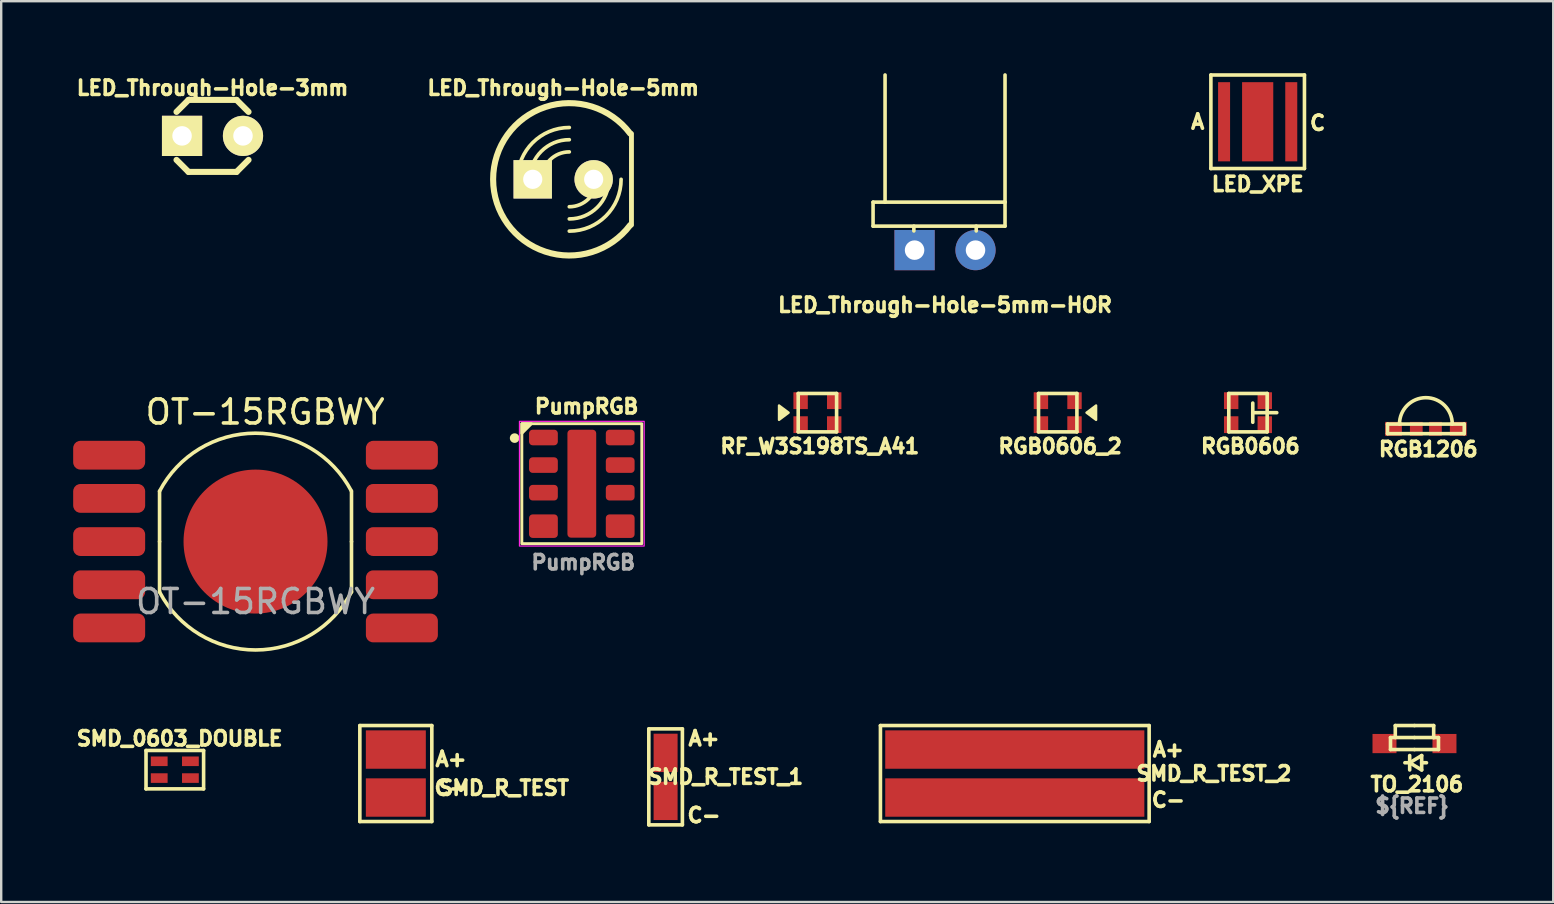
<source format=kicad_pcb>
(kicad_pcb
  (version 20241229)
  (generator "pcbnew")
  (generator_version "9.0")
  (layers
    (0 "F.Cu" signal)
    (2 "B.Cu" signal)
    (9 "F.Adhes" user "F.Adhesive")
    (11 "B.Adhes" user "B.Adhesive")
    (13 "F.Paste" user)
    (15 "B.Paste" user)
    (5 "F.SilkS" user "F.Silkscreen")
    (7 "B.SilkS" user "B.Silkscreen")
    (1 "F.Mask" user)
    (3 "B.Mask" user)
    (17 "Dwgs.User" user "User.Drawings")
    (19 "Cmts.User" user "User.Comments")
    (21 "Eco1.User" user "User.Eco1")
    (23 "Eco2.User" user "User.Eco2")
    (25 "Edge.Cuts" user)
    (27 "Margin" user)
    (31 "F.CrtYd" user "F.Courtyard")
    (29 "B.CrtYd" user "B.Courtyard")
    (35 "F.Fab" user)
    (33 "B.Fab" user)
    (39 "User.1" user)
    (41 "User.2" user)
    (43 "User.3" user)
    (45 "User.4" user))
  (footprint "SMD_0603_DOUBLE"
    (layer "F.Cu")
    (at 4.236 29.03)
    (property "Reference" "SMD_0603_DOUBLE" (at 0.2 -1.3 0) (layer "F.SilkS") (effects (font (size 0.6 0.6) (thickness 0.15))))
    (attr through_hole)
    (fp_line (start -1.2 -0.8) (end 1.2 -0.8) (stroke (width 0.15) (type solid)) (layer "F.SilkS"))
    (fp_line (start -1.2 0.8) (end -1.2 -0.8) (stroke (width 0.15) (type solid)) (layer "F.SilkS"))
    (fp_line (start 1.2 -0.8) (end 1.2 0.8) (stroke (width 0.15) (type solid)) (layer "F.SilkS"))
    (fp_line (start 1.2 0.8) (end -1.2 0.8) (stroke (width 0.15) (type solid)) (layer "F.SilkS"))
    (pad "1" smd rect (at -0.65 -0.35 180) (size 0.7 0.4) (layers "F.Cu" "F.Mask" "F.Paste"))
    (pad "2" smd rect (at -0.65 0.35 180) (size 0.7 0.4) (layers "F.Cu" "F.Mask" "F.Paste"))
    (pad "3" smd rect (at 0.65 -0.35 180) (size 0.7 0.4) (layers "F.Cu" "F.Mask" "F.Paste"))
    (pad "4" smd rect (at 0.65 0.35 180) (size 0.7 0.4) (layers "F.Cu" "F.Mask" "F.Paste")))
  (footprint "RF_W3S198TS_A41"
    (layer "F.Cu")
    (at 31.019 14.15)
    (property "Reference" "RF_W3S198TS_A41" (at 0.1 1.4 180) (layer "F.SilkS") (effects (font (size 0.6 0.6) (thickness 0.15))))
    (attr smd)
    (fp_line (start -0.8 -0.8) (end 0.8 -0.8) (stroke (width 0.15) (type solid)) (layer "F.SilkS"))
    (fp_line (start -0.8 0.8) (end -0.8 -0.8) (stroke (width 0.15) (type solid)) (layer "F.SilkS"))
    (fp_line (start 0.8 -0.8) (end 0.8 0.8) (stroke (width 0.15) (type solid)) (layer "F.SilkS"))
    (fp_line (start 0.8 0.8) (end -0.8 0.8) (stroke (width 0.15) (type solid)) (layer "F.SilkS"))
    (fp_poly (pts (xy -1.2 0) (xy -1.6 0.3) (xy -1.6 -0.3)) (stroke (width 0.1) (type solid)) (fill yes) (layer "F.SilkS"))
    (pad "B" smd rect (at -0.7 0.5) (size 0.6 0.7) (layers "F.Cu" "F.Mask" "F.Paste"))
    (pad "COM" smd rect (at 0.7 0.5) (size 0.6 0.7) (layers "F.Cu" "F.Mask" "F.Paste"))
    (pad "G" smd rect (at -0.7 -0.5) (size 0.6 0.7) (layers "F.Cu" "F.Mask" "F.Paste"))
    (pad "R" smd rect (at 0.7 -0.5) (size 0.6 0.7) (layers "F.Cu" "F.Mask" "F.Paste")))
  (footprint "SMD_R_TEST_1"
    (layer "F.Cu")
    (at 24.692 29.33)
    (property "Reference" "SMD_R_TEST_1" (at 2.5 0 0) (layer "F.SilkS") (effects (font (size 0.6 0.6) (thickness 0.15))))
    (attr through_hole)
    (fp_line (start -0.7 -2) (end 0.7 -2) (stroke (width 0.15) (type solid)) (layer "F.SilkS"))
    (fp_line (start -0.7 2) (end -0.7 -2) (stroke (width 0.15) (type solid)) (layer "F.SilkS"))
    (fp_line (start 0.7 -2) (end 0.7 2) (stroke (width 0.15) (type solid)) (layer "F.SilkS"))
    (fp_line (start 0.7 2) (end -0.7 2) (stroke (width 0.15) (type solid)) (layer "F.SilkS"))
    (fp_text user "C-" (at 1.6 1.6 0) (layer "F.SilkS") (effects (font (size 0.6 0.6) (thickness 0.15))))
    (fp_text user "A+" (at 1.6 -1.6 0) (layer "F.SilkS") (effects (font (size 0.6 0.6) (thickness 0.15))))
    (pad "A" smd rect (at 0 -1) (size 1 1.6) (layers "F.Cu" "F.Mask" "F.Paste"))
    (pad "C" smd rect (at 0 1) (size 1 1.6) (layers "F.Cu" "F.Mask" "F.Paste")))
  (footprint "RGB1206"
    (layer "F.Cu")
    (at 56.38 13.525)
    (property "Reference" "RGB1206" (at 0.1 2.15 0) (layer "F.SilkS") (effects (font (size 0.6 0.6) (thickness 0.15))))
    (attr through_hole)
    (fp_line (start -1.6 1.5) (end -1.6 1.1) (stroke (width 0.15) (type solid)) (layer "F.SilkS"))
    (fp_line (start 1.6 1.1) (end -1.6 1.1) (stroke (width 0.15) (type solid)) (layer "F.SilkS"))
    (fp_line (start 1.6 1.1) (end 1.6 1.5) (stroke (width 0.15) (type solid)) (layer "F.SilkS"))
    (fp_line (start 1.6 1.5) (end -1.6 1.5) (stroke (width 0.15) (type solid)) (layer "F.SilkS"))
    (fp_arc (start -1.1 1.1) (mid 0 0) (end 1.1 1.1) (stroke (width 0.15) (type solid)) (layer "F.SilkS"))
    (pad "B" smd rect (at -0.4 1.3) (size 0.53 0.58) (layers "F.Cu" "F.Mask" "F.Paste"))
    (pad "COM" smd rect (at -1.35 1.3) (size 0.7 0.58) (layers "F.Cu" "F.Mask" "F.Paste"))
    (pad "G" smd rect (at 0.4 1.3) (size 0.53 0.58) (layers "F.Cu" "F.Mask" "F.Paste"))
    (pad "R" smd rect (at 1.35 1.3) (size 0.7 0.58) (layers "F.Cu" "F.Mask" "F.Paste")))
  (footprint "PumpRGB"
    (layer "F.Cu")
    (at 21.2 17.11)
    (property "Reference" "PumpRGB" (at 0.2 -3.22 0) (unlocked yes) (layer "F.SilkS") (effects (font (size 0.6 0.6) (thickness 0.15))))
    (attr smd)
    (fp_rect (start -2.5 -2.5) (end 2.5 2.5) (stroke (width 0.12) (type default)) (fill no) (layer "F.SilkS"))
    (fp_circle (center -2.8 -1.9) (end -2.66 -1.9) (stroke (width 0.12) (type solid)) (fill yes) (layer "F.SilkS"))
    (fp_poly (pts (xy -2.5 -2.5) (xy -2.1 -2.5) (xy -2.5 -2.1)) (stroke (width 0.12) (type solid)) (fill yes) (layer "F.SilkS"))
    (fp_rect (start -2.6 -2.6) (end 2.6 2.6) (stroke (width 0.05) (type default)) (fill no) (layer "F.CrtYd"))
    (fp_text user "${REFERENCE}" (at 0.06 3.28 0) (unlocked yes) (layer "F.Fab") (effects (font (size 0.6 0.6) (thickness 0.15))))
    (pad "1" smd roundrect (at -1.6 -1.925) (size 1.2 0.65) (layers "F.Cu" "F.Mask" "F.Paste") (roundrect_rratio 0.231))
    (pad "2" smd roundrect (at 1.6 -1.925) (size 1.2 0.65) (layers "F.Cu" "F.Mask" "F.Paste") (roundrect_rratio 0.231))
    (pad "3" smd roundrect (at -1.6 -0.775) (size 1.2 0.65) (layers "F.Cu" "F.Mask" "F.Paste") (roundrect_rratio 0.231))
    (pad "4" smd roundrect (at 1.6 -0.775) (size 1.2 0.65) (layers "F.Cu" "F.Mask" "F.Paste") (roundrect_rratio 0.231))
    (pad "5" smd roundrect (at -1.6 0.375) (size 1.2 0.65) (layers "F.Cu" "F.Mask" "F.Paste") (roundrect_rratio 0.231))
    (pad "6" smd roundrect (at 1.6 0.375) (size 1.2 0.65) (layers "F.Cu" "F.Mask" "F.Paste") (roundrect_rratio 0.231))
    (pad "7" smd roundrect (at -1.6 1.77) (size 1.2 0.98) (layers "F.Cu" "F.Mask" "F.Paste") (roundrect_rratio 0.153))
    (pad "8" smd roundrect (at 1.6 1.77) (size 1.2 0.98) (layers "F.Cu" "F.Mask" "F.Paste") (roundrect_rratio 0.153))
    (pad "PAD" smd roundrect (at 0 0) (size 1.2 4.5) (layers "F.Cu" "F.Mask" "F.Paste") (roundrect_rratio 0.125)))
  (footprint "RGB0606_2"
    (layer "F.Cu")
    (at 41.035 14.15)
    (property "Reference" "RGB0606_2" (at 0.1 1.4 0) (layer "F.SilkS") (effects (font (size 0.6 0.6) (thickness 0.15))))
    (attr through_hole)
    (fp_line (start -0.8 -0.8) (end 0.8 -0.8) (stroke (width 0.15) (type solid)) (layer "F.SilkS"))
    (fp_line (start -0.8 0.8) (end -0.8 -0.8) (stroke (width 0.15) (type solid)) (layer "F.SilkS"))
    (fp_line (start 0.8 -0.8) (end 0.8 0.8) (stroke (width 0.15) (type solid)) (layer "F.SilkS"))
    (fp_line (start 0.8 0.8) (end -0.8 0.8) (stroke (width 0.15) (type solid)) (layer "F.SilkS"))
    (fp_poly (pts (xy 1.2 0) (xy 1.6 -0.3) (xy 1.6 0.3)) (stroke (width 0.1) (type solid)) (fill yes) (layer "F.SilkS"))
    (pad "B" smd rect (at -0.7 -0.5) (size 0.6 0.7) (layers "F.Cu" "F.Mask" "F.Paste"))
    (pad "COM" smd rect (at 0.7 -0.5) (size 0.6 0.7) (layers "F.Cu" "F.Mask" "F.Paste"))
    (pad "G" smd rect (at -0.7 0.5) (size 0.6 0.7) (layers "F.Cu" "F.Mask" "F.Paste"))
    (pad "R" smd rect (at 0.7 0.5) (size 0.6 0.7) (layers "F.Cu" "F.Mask" "F.Paste")))
  (footprint "LED_XPE"
    (layer "F.Cu")
    (at 49.369 2.025)
    (property "Reference" "LED_XPE" (at 0 2.6 0) (layer "F.SilkS") (effects (font (size 0.6 0.6) (thickness 0.15))))
    (attr through_hole)
    (fp_line (start -1.95 -1.95) (end 1.95 -1.95) (stroke (width 0.15) (type solid)) (layer "F.SilkS"))
    (fp_line (start -1.95 1.95) (end -1.95 -1.95) (stroke (width 0.15) (type solid)) (layer "F.SilkS"))
    (fp_line (start 1.95 -1.95) (end 1.95 1.95) (stroke (width 0.15) (type solid)) (layer "F.SilkS"))
    (fp_line (start 1.95 1.95) (end -1.95 1.95) (stroke (width 0.15) (type solid)) (layer "F.SilkS"))
    (fp_text user "C" (at 2.5 0.05 0) (layer "F.SilkS") (effects (font (size 0.6 0.6) (thickness 0.15))))
    (fp_text user "A" (at -2.5 0 0) (layer "F.SilkS") (effects (font (size 0.6 0.6) (thickness 0.15))))
    (pad "A" smd rect (at -1.4 0) (size 0.5 3.3) (layers "F.Cu" "F.Mask" "F.Paste"))
    (pad "C" smd rect (at 1.4 0) (size 0.5 3.3) (layers "F.Cu" "F.Mask" "F.Paste"))
    (pad "PAD" smd rect (at 0 0) (size 1.3 3.3) (layers "F.Cu" "F.Mask" "F.Paste")))
  (footprint "OT-15RGBWY"
    (layer "F.Cu")
    (at 7.6 19.523)
    (property "Reference" "OT-15RGBWY" (at 0.4 -5.4 0) (unlocked yes) (layer "F.SilkS") (effects (font (size 1 1) (thickness 0.15))))
    (attr smd)
    (fp_line (start -4 0) (end -4 -2.1) (stroke (width 0.15) (type default)) (layer "F.SilkS"))
    (fp_line (start -4 0) (end -4 2.1) (stroke (width 0.15) (type default)) (layer "F.SilkS"))
    (fp_line (start 4 0) (end 4 -2.1) (stroke (width 0.15) (type default)) (layer "F.SilkS"))
    (fp_line (start 4 0) (end 4 2.1) (stroke (width 0.15) (type default)) (layer "F.SilkS"))
    (fp_arc (start -3.999999 -2.1) (mid -0.007798 -4.517736) (end 3.992726 -2.113796) (stroke (width 0.15) (type default)) (layer "F.SilkS"))
    (fp_arc (start 3.999999 2.1) (mid 0.007798 4.517735) (end -3.992726 2.113796) (stroke (width 0.15) (type default)) (layer "F.SilkS"))
    (fp_text user "${REFERENCE}" (at 0 2.5 0) (unlocked yes) (layer "F.Fab") (effects (font (size 1 1) (thickness 0.15))))
    (pad "1" smd roundrect (at -6.1 -3.6) (size 3 1.2) (layers "F.Cu" "F.Mask" "F.Paste") (roundrect_rratio 0.25))
    (pad "2" smd roundrect (at -6.1 -1.8) (size 3 1.2) (layers "F.Cu" "F.Mask" "F.Paste") (roundrect_rratio 0.25))
    (pad "3" smd roundrect (at -6.1 0) (size 3 1.2) (layers "F.Cu" "F.Mask" "F.Paste") (roundrect_rratio 0.25))
    (pad "4" smd roundrect (at -6.1 1.8) (size 3 1.2) (layers "F.Cu" "F.Mask" "F.Paste") (roundrect_rratio 0.25))
    (pad "5" smd roundrect (at -6.1 3.6) (size 3 1.2) (layers "F.Cu" "F.Mask" "F.Paste") (roundrect_rratio 0.25))
    (pad "6" smd roundrect (at 6.1 3.6) (size 3 1.2) (layers "F.Cu" "F.Mask" "F.Paste") (roundrect_rratio 0.25))
    (pad "7" smd roundrect (at 6.1 1.8) (size 3 1.2) (layers "F.Cu" "F.Mask" "F.Paste") (roundrect_rratio 0.25))
    (pad "8" smd roundrect (at 6.1 0) (size 3 1.2) (layers "F.Cu" "F.Mask" "F.Paste") (roundrect_rratio 0.25))
    (pad "9" smd roundrect (at 6.1 -1.8) (size 3 1.2) (layers "F.Cu" "F.Mask" "F.Paste") (roundrect_rratio 0.25))
    (pad "10" smd roundrect (at 6.1 -3.6) (size 3 1.2) (layers "F.Cu" "F.Mask" "F.Paste") (roundrect_rratio 0.25))
    (pad "H" smd circle (at 0 0) (size 6 6) (layers "F.Cu" "F.Mask" "F.Paste")))
  (footprint "SMD_R_TEST"
    (layer "F.Cu")
    (at 13.448 29.191)
    (property "Reference" "SMD_R_TEST" (at 4.5 0.6 0) (layer "F.SilkS") (effects (font (size 0.6 0.6) (thickness 0.15))))
    (attr through_hole)
    (fp_line (start -1.5 -2) (end 1.5 -2) (stroke (width 0.15) (type solid)) (layer "F.SilkS"))
    (fp_line (start -1.5 2) (end -1.5 -2) (stroke (width 0.15) (type solid)) (layer "F.SilkS"))
    (fp_line (start 1.5 -2) (end 1.5 2) (stroke (width 0.15) (type solid)) (layer "F.SilkS"))
    (fp_line (start 1.5 2) (end -1.5 2) (stroke (width 0.15) (type solid)) (layer "F.SilkS"))
    (fp_text user "A+" (at 2.3 -0.6 0) (layer "F.SilkS") (effects (font (size 0.6 0.6) (thickness 0.15))))
    (fp_text user "C-" (at 2.3 0.6 0) (layer "F.SilkS") (effects (font (size 0.6 0.6) (thickness 0.15))))
    (pad "A" smd rect (at 0 -1) (size 2.5 1.6) (layers "F.Cu" "F.Mask" "F.Paste"))
    (pad "C" smd rect (at 0 1) (size 2.5 1.6) (layers "F.Cu" "F.Mask" "F.Paste")))
  (footprint "LED_Through-Hole-5mm"
    (layer "F.Cu")
    (at 20.424 4.424)
    (property "Reference" "LED_Through-Hole-5mm" (at 0 -3.81 0) (layer "F.SilkS") (effects (font (size 0.6 0.6) (thickness 0.15))))
    (attr exclude_from_pos_files exclude_from_bom)
    (fp_line (start 2.845 1.905) (end 2.845 -1.905) (stroke (width 0.203) (type solid)) (layer "F.SilkS"))
    (fp_arc (start -1.905 0) (mid -1.272644 -1.526644) (end 0.254 -2.159) (stroke (width 0.1524) (type solid)) (layer "F.SilkS"))
    (fp_arc (start -1.397 0) (mid -0.913433 -1.167433) (end 0.254 -1.651) (stroke (width 0.1524) (type solid)) (layer "F.SilkS"))
    (fp_arc (start -0.889 0) (mid -0.554223 -0.808223) (end 0.254 -1.143) (stroke (width 0.1524) (type solid)) (layer "F.SilkS"))
    (fp_arc (start 1.397 0) (mid 1.062223 0.808223) (end 0.254 1.143) (stroke (width 0.1524) (type solid)) (layer "F.SilkS"))
    (fp_arc (start 1.905 0) (mid 1.421433 1.167433) (end 0.254 1.651) (stroke (width 0.1524) (type solid)) (layer "F.SilkS"))
    (fp_arc (start 2.413 0) (mid 1.780644 1.526644) (end 0.254 2.159) (stroke (width 0.1524) (type solid)) (layer "F.SilkS"))
    (fp_arc (start 2.794 1.905) (mid -2.921 0.001668) (end 2.791997 -1.907668) (stroke (width 0.254) (type solid)) (layer "F.SilkS"))
    (pad "A" thru_hole rect (at -1.27 0) (size 1.6 1.6) (drill 0.8) (layers "*.Cu" "*.Mask" "F.SilkS" "F.Paste"))
    (pad "C" thru_hole circle (at 1.27 0) (size 1.6 1.6) (drill 0.8) (layers "*.Cu" "*.Mask" "F.SilkS" "F.Paste")))
  (footprint "SMD_R_TEST_2"
    (layer "F.Cu")
    (at 35.146 29.191)
    (property "Reference" "SMD_R_TEST_2" (at 12.4 0 0) (layer "F.SilkS") (effects (font (size 0.6 0.6) (thickness 0.15))))
    (attr through_hole)
    (fp_line (start -1.5 -2) (end 9.7 -2) (stroke (width 0.15) (type solid)) (layer "F.SilkS"))
    (fp_line (start -1.5 2) (end -1.5 -2) (stroke (width 0.15) (type solid)) (layer "F.SilkS"))
    (fp_line (start 9.7 -2) (end 9.7 2) (stroke (width 0.15) (type solid)) (layer "F.SilkS"))
    (fp_line (start 9.7 2) (end -1.5 2) (stroke (width 0.15) (type solid)) (layer "F.SilkS"))
    (fp_text user "A+" (at 10.5 -1 0) (layer "F.SilkS") (effects (font (size 0.6 0.6) (thickness 0.15))))
    (fp_text user "C-" (at 10.5 1.1 0) (layer "F.SilkS") (effects (font (size 0.6 0.6) (thickness 0.15))))
    (pad "A" smd rect (at 4.1 -1) (size 10.8 1.6) (layers "F.Cu" "F.Mask" "F.Paste"))
    (pad "C" smd rect (at 4.1 1) (size 10.8 1.6) (layers "F.Cu" "F.Mask" "F.Paste")))
  (footprint "TO_2106"
    (layer "F.Cu")
    (at 55.905 27.941)
    (property "Reference" "TO_2106" (at 0.1 1.7 0) (unlocked yes) (layer "F.SilkS") (effects (font (size 0.6 0.6) (thickness 0.15))))
    (attr through_hole)
    (fp_line (start -1 -0.25) (end 0 -0.25) (stroke (width 0.15) (type solid)) (layer "F.SilkS"))
    (fp_line (start -1 0.25) (end -1 -0.25) (stroke (width 0.15) (type solid)) (layer "F.SilkS"))
    (fp_line (start -0.8 -0.75) (end -0.8 -0.25) (stroke (width 0.15) (type solid)) (layer "F.SilkS"))
    (fp_line (start -0.2 0.5) (end -0.2 1.1) (stroke (width 0.15) (type solid)) (layer "F.SilkS"))
    (fp_line (start -0.2 0.8) (end -0.4 0.8) (stroke (width 0.15) (type solid)) (layer "F.SilkS"))
    (fp_line (start -0.2 0.8) (end 0.3 0.5) (stroke (width 0.15) (type solid)) (layer "F.SilkS"))
    (fp_line (start 0 -0.75) (end -0.8 -0.75) (stroke (width 0.15) (type solid)) (layer "F.SilkS"))
    (fp_line (start 0 -0.75) (end 0.8 -0.75) (stroke (width 0.15) (type solid)) (layer "F.SilkS"))
    (fp_line (start 0 0.25) (end -1 0.25) (stroke (width 0.15) (type solid)) (layer "F.SilkS"))
    (fp_line (start 0.3 0.5) (end 0.3 1.1) (stroke (width 0.15) (type solid)) (layer "F.SilkS"))
    (fp_line (start 0.3 0.8) (end 0.5 0.8) (stroke (width 0.15) (type solid)) (layer "F.SilkS"))
    (fp_line (start 0.3 1.1) (end -0.2 0.8) (stroke (width 0.15) (type solid)) (layer "F.SilkS"))
    (fp_line (start 0.8 -0.75) (end 0.8 -0.25) (stroke (width 0.15) (type solid)) (layer "F.SilkS"))
    (fp_line (start 0.8 -0.25) (end 0 -0.25) (stroke (width 0.15) (type solid)) (layer "F.SilkS"))
    (fp_line (start 0.8 -0.25) (end 1 -0.25) (stroke (width 0.15) (type solid)) (layer "F.SilkS"))
    (fp_line (start 1 -0.25) (end 1 0.25) (stroke (width 0.15) (type solid)) (layer "F.SilkS"))
    (fp_line (start 1 0.25) (end 0 0.25) (stroke (width 0.15) (type solid)) (layer "F.SilkS"))
    (fp_text user "${REF}" (at -0.1 2.6 0) (unlocked yes) (layer "F.Fab") (effects (font (size 0.6 0.6) (thickness 0.15))))
    (pad "A" smd rect (at 1.25 0) (size 1 0.8) (layers "F.Cu" "F.Mask" "F.Paste"))
    (pad "C" smd rect (at -1.25 0) (size 1 0.8) (layers "F.Cu" "F.Mask" "F.Paste")))
  (footprint "LED_Through-Hole-3mm"
    (layer "F.Cu")
    (at 5.808 2.614)
    (property "Reference" "LED_Through-Hole-3mm" (at 0 -2 0) (layer "F.SilkS") (effects (font (size 0.6 0.6) (thickness 0.15))))
    (attr exclude_from_pos_files exclude_from_bom)
    (fp_line (start -1.501 1.001) (end -1.001 1.501) (stroke (width 0.254) (type solid)) (layer "F.SilkS"))
    (fp_line (start -1.001 -1.501) (end -1.501 -1.001) (stroke (width 0.254) (type solid)) (layer "F.SilkS"))
    (fp_line (start -1.001 1.501) (end 1.001 1.501) (stroke (width 0.254) (type solid)) (layer "F.SilkS"))
    (fp_line (start 1.001 -1.501) (end -1.001 -1.501) (stroke (width 0.254) (type solid)) (layer "F.SilkS"))
    (fp_line (start 1.001 1.501) (end 1.501 1.001) (stroke (width 0.254) (type solid)) (layer "F.SilkS"))
    (fp_line (start 1.501 -1.001) (end 1.001 -1.501) (stroke (width 0.254) (type solid)) (layer "F.SilkS"))
    (pad "A" thru_hole rect (at -1.27 0) (size 1.676 1.676) (drill 0.813) (layers "*.Cu" "*.Mask" "F.SilkS"))
    (pad "C" thru_hole circle (at 1.27 0) (size 1.676 1.676) (drill 0.813) (layers "*.Cu" "*.Mask" "F.SilkS")))
  (footprint "RGB0606"
    (layer "F.Cu")
    (at 48.965 14.15)
    (property "Reference" "RGB0606" (at 0.1 1.4 0) (layer "F.SilkS") (effects (font (size 0.6 0.6) (thickness 0.15))))
    (attr through_hole)
    (fp_line (start -0.8 -0.8) (end 0.8 -0.8) (stroke (width 0.15) (type solid)) (layer "F.SilkS"))
    (fp_line (start -0.8 0.8) (end -0.8 -0.8) (stroke (width 0.15) (type solid)) (layer "F.SilkS"))
    (fp_line (start 0.2 0) (end 0.2 -0.4) (stroke (width 0.15) (type solid)) (layer "F.SilkS"))
    (fp_line (start 0.2 0) (end 0.2 0.4) (stroke (width 0.15) (type solid)) (layer "F.SilkS"))
    (fp_line (start 0.8 -0.8) (end 0.8 0.8) (stroke (width 0.15) (type solid)) (layer "F.SilkS"))
    (fp_line (start 0.8 0) (end 0.2 0) (stroke (width 0.15) (type solid)) (layer "F.SilkS"))
    (fp_line (start 0.8 0) (end 1.2 0) (stroke (width 0.15) (type solid)) (layer "F.SilkS"))
    (fp_line (start 0.8 0.8) (end -0.8 0.8) (stroke (width 0.15) (type solid)) (layer "F.SilkS"))
    (pad "B" smd rect (at 0.7 -0.5) (size 0.6 0.7) (layers "F.Cu" "F.Mask" "F.Paste"))
    (pad "COM" smd rect (at 0.7 0.5) (size 0.6 0.7) (layers "F.Cu" "F.Mask" "F.Paste"))
    (pad "G" smd rect (at -0.7 -0.5) (size 0.6 0.7) (layers "F.Cu" "F.Mask" "F.Paste"))
    (pad "R" smd rect (at -0.7 0.5) (size 0.6 0.7) (layers "F.Cu" "F.Mask" "F.Paste")))
  (footprint "LED_Through-Hole-5mm-HOR"
    (layer "F.Cu")
    (at 36.339 7.375)
    (property "Reference" "LED_Through-Hole-5mm-HOR" (at 0 2.286 0) (layer "F.SilkS") (effects (font (size 0.6 0.6) (thickness 0.15))))
    (attr exclude_from_pos_files exclude_from_bom)
    (fp_line (start -3 -2) (end -3 -1) (stroke (width 0.15) (type solid)) (layer "F.SilkS"))
    (fp_line (start -3 -1) (end 2.5 -1) (stroke (width 0.15) (type solid)) (layer "F.SilkS"))
    (fp_line (start -2.5 -7.3) (end -2.5 -2) (stroke (width 0.15) (type solid)) (layer "F.SilkS"))
    (fp_line (start -2.5 -2) (end -3 -2) (stroke (width 0.15) (type solid)) (layer "F.SilkS"))
    (fp_line (start -2.5 -2) (end 2.5 -2) (stroke (width 0.15) (type solid)) (layer "F.SilkS"))
    (fp_line (start -1.3 -1) (end -1.3 -0.8) (stroke (width 0.15) (type solid)) (layer "F.SilkS"))
    (fp_line (start 1.3 -1) (end 1.3 -0.8) (stroke (width 0.15) (type solid)) (layer "F.SilkS"))
    (fp_line (start 2.5 -2) (end 2.5 -7.3) (stroke (width 0.15) (type solid)) (layer "F.SilkS"))
    (fp_line (start 2.5 -1) (end 2.5 -2) (stroke (width 0.15) (type solid)) (layer "F.SilkS"))
    (pad "A" thru_hole rect (at -1.27 0) (size 1.676 1.676) (drill 0.813) (layers "*.Cu" "*.Mask"))
    (pad "C" thru_hole circle (at 1.27 0) (size 1.676 1.676) (drill 0.813) (layers "*.Cu" "*.Mask")))
  (gr_rect
    (start -3 -3)
    (end 61.688 34.545)
    (stroke (width 0.1) (type default))
    (fill no)
    (layer "Edge.Cuts")))
</source>
